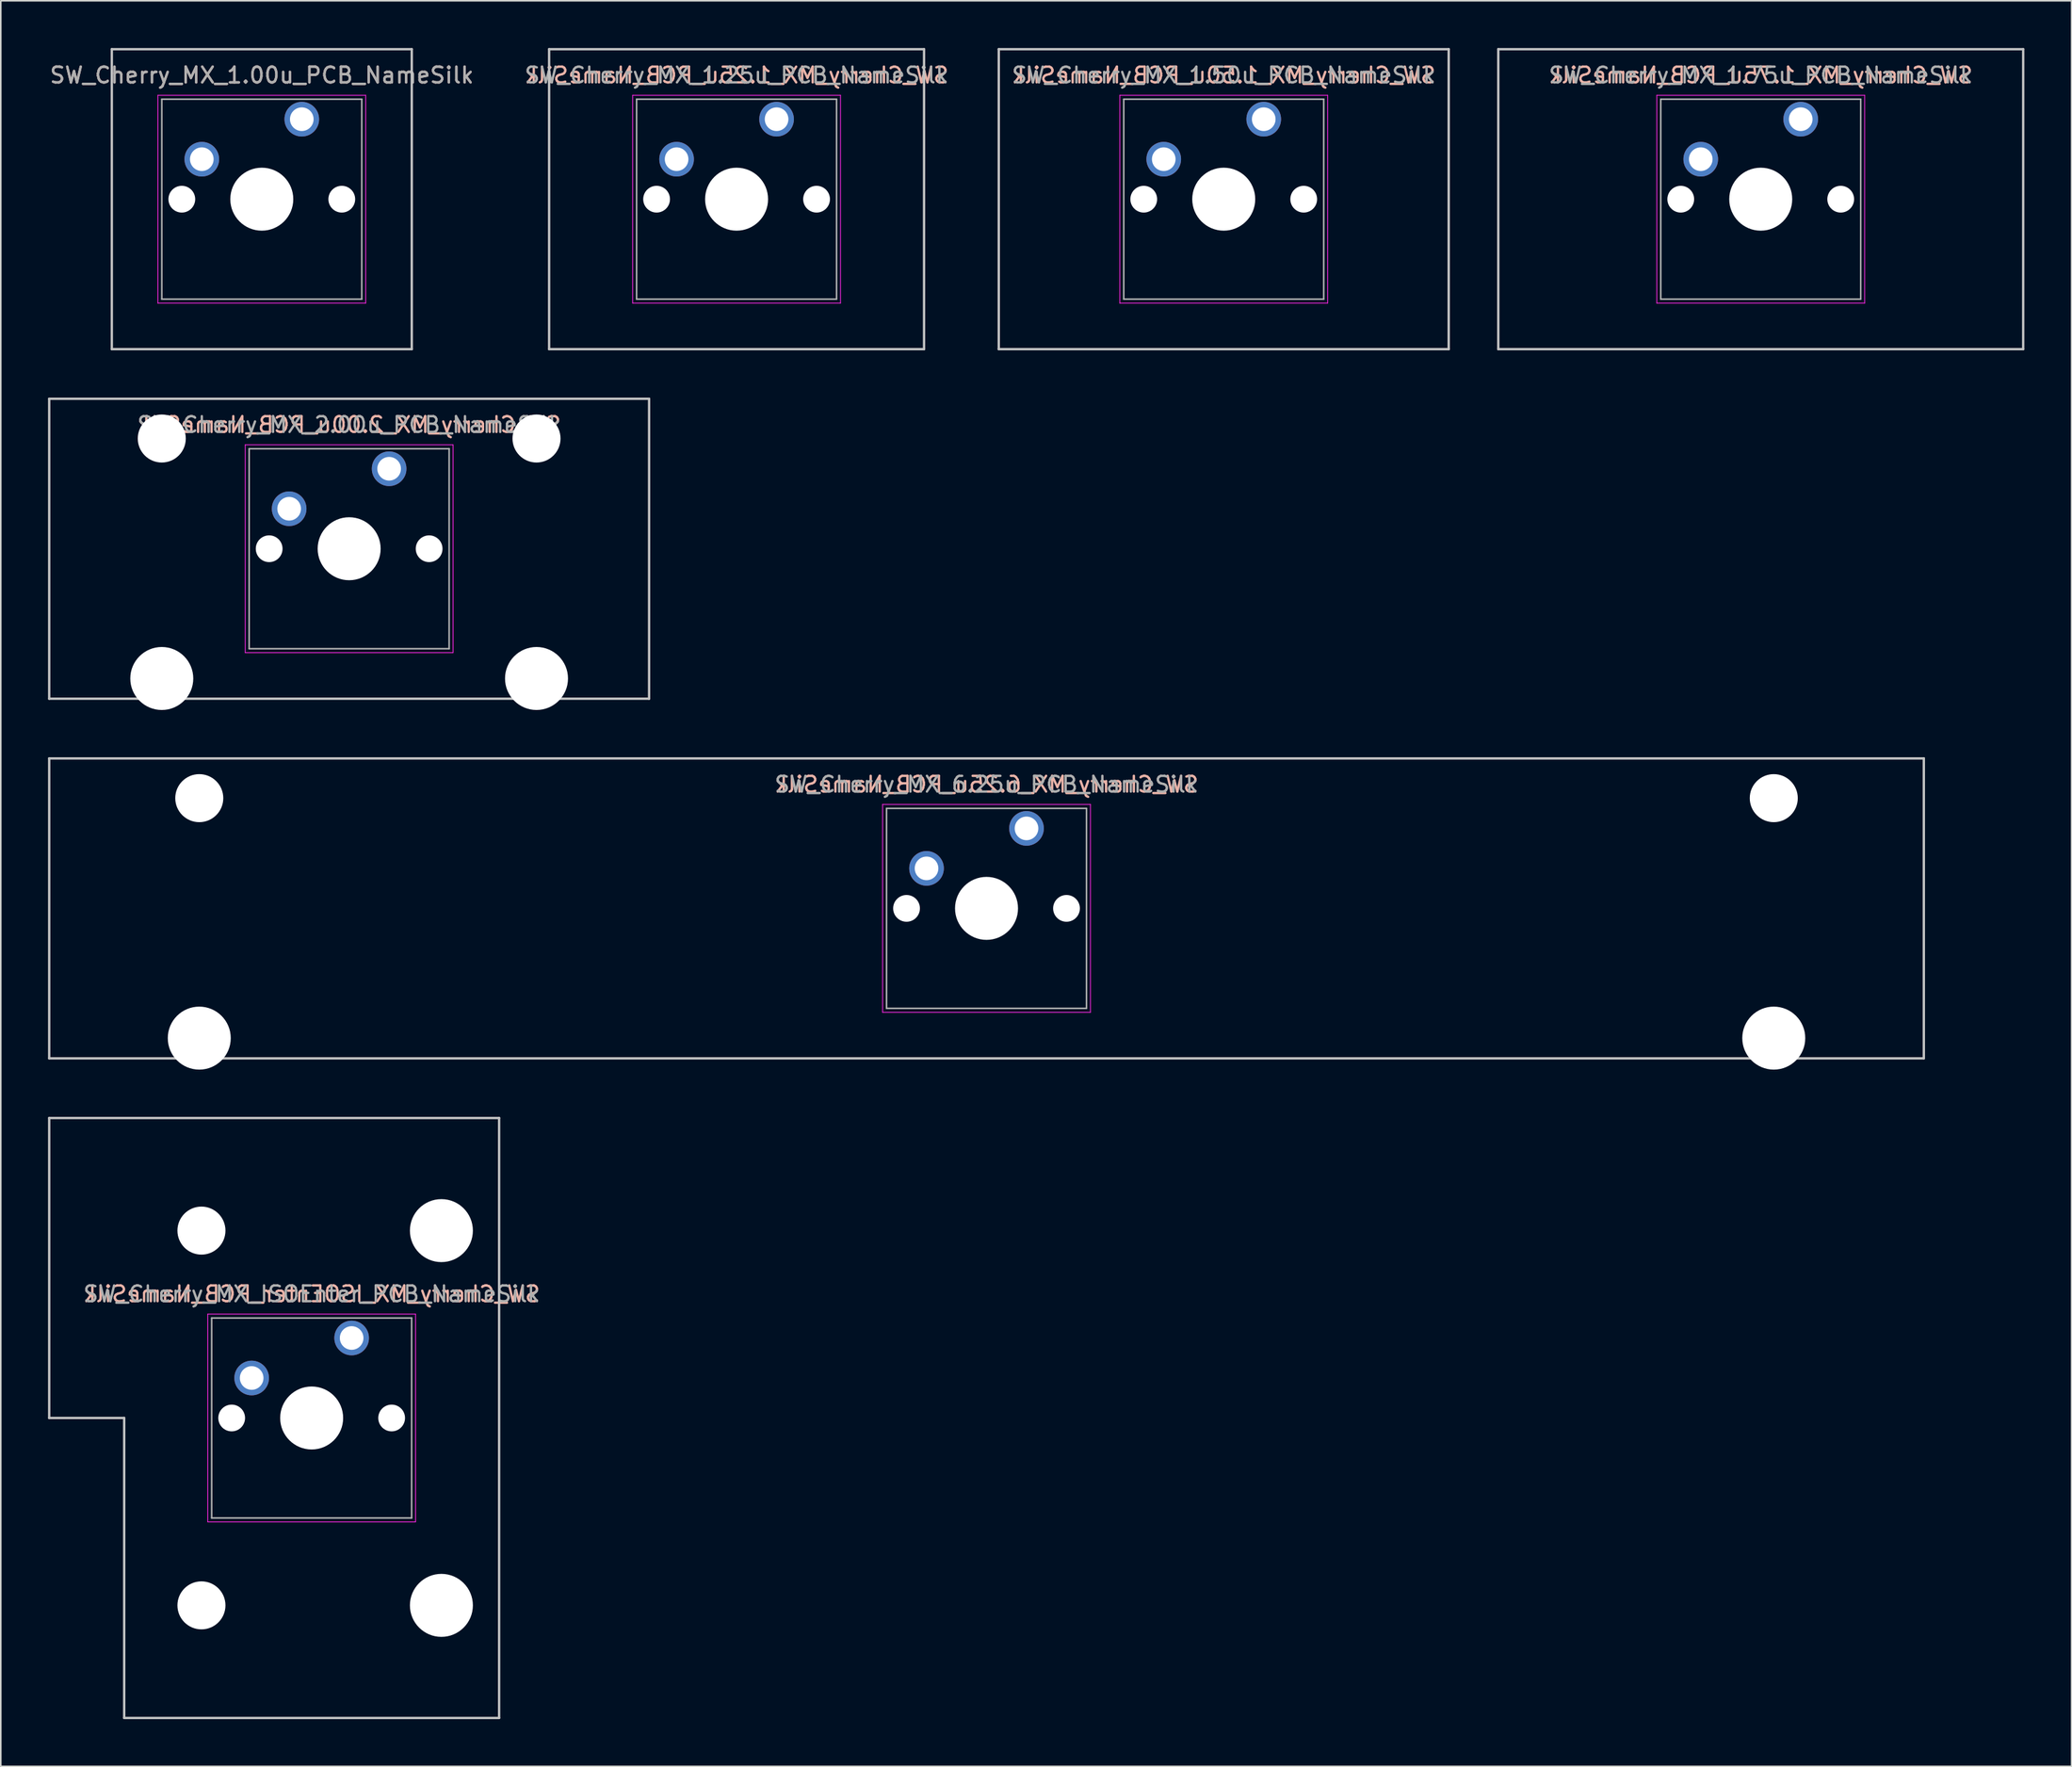
<source format=kicad_pcb>
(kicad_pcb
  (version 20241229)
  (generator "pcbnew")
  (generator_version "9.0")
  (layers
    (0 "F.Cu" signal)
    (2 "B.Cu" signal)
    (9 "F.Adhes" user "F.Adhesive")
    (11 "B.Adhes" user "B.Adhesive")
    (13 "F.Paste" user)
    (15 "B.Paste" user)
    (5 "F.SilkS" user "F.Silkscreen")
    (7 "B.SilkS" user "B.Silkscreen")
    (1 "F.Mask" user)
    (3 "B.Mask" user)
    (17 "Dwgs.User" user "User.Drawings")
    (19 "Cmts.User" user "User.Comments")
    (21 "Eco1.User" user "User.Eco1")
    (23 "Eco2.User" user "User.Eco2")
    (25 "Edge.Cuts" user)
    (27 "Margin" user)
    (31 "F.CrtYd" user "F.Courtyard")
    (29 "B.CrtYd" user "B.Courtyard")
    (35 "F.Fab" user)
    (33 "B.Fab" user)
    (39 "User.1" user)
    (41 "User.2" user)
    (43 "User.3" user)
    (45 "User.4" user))
  (footprint "SW_Cherry_MX_1.75u_PCB_NameSilk"
    (layer "F.Cu")
    (at 111.318 4.52)
    (property "Reference" "SW_Cherry_MX_1.75u_PCB_NameSilk" (at -2.54 -2.794 0) (layer "B.SilkS") (effects (font (size 1 1) (thickness 0.15)) (justify mirror)))
    (attr through_hole)
    (fp_line (start -19.209 -4.445) (end 14.129 -4.445) (stroke (width 0.15) (type solid)) (layer "Dwgs.User"))
    (fp_line (start -19.209 14.605) (end -19.209 -4.445) (stroke (width 0.15) (type solid)) (layer "Dwgs.User"))
    (fp_line (start 14.129 -4.445) (end 14.129 14.605) (stroke (width 0.15) (type solid)) (layer "Dwgs.User"))
    (fp_line (start 14.129 14.605) (end -19.209 14.605) (stroke (width 0.15) (type solid)) (layer "Dwgs.User"))
    (fp_line (start -9.14 -1.52) (end 4.06 -1.52) (stroke (width 0.05) (type solid)) (layer "F.CrtYd"))
    (fp_line (start -9.14 11.68) (end -9.14 -1.52) (stroke (width 0.05) (type solid)) (layer "F.CrtYd"))
    (fp_line (start 4.06 -1.52) (end 4.06 11.68) (stroke (width 0.05) (type solid)) (layer "F.CrtYd"))
    (fp_line (start 4.06 11.68) (end -9.14 11.68) (stroke (width 0.05) (type solid)) (layer "F.CrtYd"))
    (fp_line (start -8.89 -1.27) (end 3.81 -1.27) (stroke (width 0.1) (type solid)) (layer "F.Fab"))
    (fp_line (start -8.89 11.43) (end -8.89 -1.27) (stroke (width 0.1) (type solid)) (layer "F.Fab"))
    (fp_line (start 3.81 -1.27) (end 3.81 11.43) (stroke (width 0.1) (type solid)) (layer "F.Fab"))
    (fp_line (start 3.81 11.43) (end -8.89 11.43) (stroke (width 0.1) (type solid)) (layer "F.Fab"))
    (fp_text user "${REFERENCE}" (at -2.54 -2.794 0) (layer "F.Fab") (effects (font (size 1 1) (thickness 0.15))))
    (pad "" np_thru_hole circle (at -7.62 5.08) (size 1.7 1.7) (drill 1.7) (layers "*.Cu" "*.Mask"))
    (pad "" np_thru_hole circle (at -2.54 5.08) (size 4 4) (drill 4) (layers "*.Cu" "*.Mask"))
    (pad "" np_thru_hole circle (at 2.54 5.08) (size 1.7 1.7) (drill 1.7) (layers "*.Cu" "*.Mask"))
    (pad "1" thru_hole circle (at 0 0) (size 2.2 2.2) (drill 1.5) (layers "*.Cu" "*.Mask"))
    (pad "2" thru_hole circle (at -6.35 2.54) (size 2.2 2.2) (drill 1.5) (layers "*.Cu" "*.Mask")))
  (footprint "SW_Cherry_MX_1.25u_PCB_NameSilk"
    (layer "F.Cu")
    (at 46.272 4.52)
    (property "Reference" "SW_Cherry_MX_1.25u_PCB_NameSilk" (at -2.54 -2.794 0) (layer "B.SilkS") (effects (font (size 1 1) (thickness 0.15)) (justify mirror)))
    (attr through_hole)
    (fp_line (start -14.446 -4.445) (end 9.366 -4.445) (stroke (width 0.15) (type solid)) (layer "Dwgs.User"))
    (fp_line (start -14.446 14.605) (end -14.446 -4.445) (stroke (width 0.15) (type solid)) (layer "Dwgs.User"))
    (fp_line (start 9.366 -4.445) (end 9.366 14.605) (stroke (width 0.15) (type solid)) (layer "Dwgs.User"))
    (fp_line (start 9.366 14.605) (end -14.446 14.605) (stroke (width 0.15) (type solid)) (layer "Dwgs.User"))
    (fp_line (start -9.14 -1.52) (end 4.06 -1.52) (stroke (width 0.05) (type solid)) (layer "F.CrtYd"))
    (fp_line (start -9.14 11.68) (end -9.14 -1.52) (stroke (width 0.05) (type solid)) (layer "F.CrtYd"))
    (fp_line (start 4.06 -1.52) (end 4.06 11.68) (stroke (width 0.05) (type solid)) (layer "F.CrtYd"))
    (fp_line (start 4.06 11.68) (end -9.14 11.68) (stroke (width 0.05) (type solid)) (layer "F.CrtYd"))
    (fp_line (start -8.89 -1.27) (end 3.81 -1.27) (stroke (width 0.1) (type solid)) (layer "F.Fab"))
    (fp_line (start -8.89 11.43) (end -8.89 -1.27) (stroke (width 0.1) (type solid)) (layer "F.Fab"))
    (fp_line (start 3.81 -1.27) (end 3.81 11.43) (stroke (width 0.1) (type solid)) (layer "F.Fab"))
    (fp_line (start 3.81 11.43) (end -8.89 11.43) (stroke (width 0.1) (type solid)) (layer "F.Fab"))
    (fp_text user "${REFERENCE}" (at -2.54 -2.794 0) (layer "F.Fab") (effects (font (size 1 1) (thickness 0.15))))
    (pad "" np_thru_hole circle (at -7.62 5.08) (size 1.7 1.7) (drill 1.7) (layers "*.Cu" "*.Mask"))
    (pad "" np_thru_hole circle (at -2.54 5.08) (size 4 4) (drill 4) (layers "*.Cu" "*.Mask"))
    (pad "" np_thru_hole circle (at 2.54 5.08) (size 1.7 1.7) (drill 1.7) (layers "*.Cu" "*.Mask"))
    (pad "1" thru_hole circle (at 0 0) (size 2.2 2.2) (drill 1.5) (layers "*.Cu" "*.Mask"))
    (pad "2" thru_hole circle (at -6.35 2.54) (size 2.2 2.2) (drill 1.5) (layers "*.Cu" "*.Mask")))
  (footprint "SW_Cherry_MX_6.25u_PCB_NameSilk"
    (layer "F.Cu")
    (at 62.146 49.56)
    (property "Reference" "SW_Cherry_MX_6.25u_PCB_NameSilk" (at -2.54 -2.794 0) (layer "B.SilkS") (effects (font (size 1 1) (thickness 0.15)) (justify mirror)))
    (attr through_hole)
    (fp_line (start -62.071 -4.445) (end 56.991 -4.445) (stroke (width 0.15) (type solid)) (layer "Dwgs.User"))
    (fp_line (start -62.071 14.605) (end -62.071 -4.445) (stroke (width 0.15) (type solid)) (layer "Dwgs.User"))
    (fp_line (start 56.991 -4.445) (end 56.991 14.605) (stroke (width 0.15) (type solid)) (layer "Dwgs.User"))
    (fp_line (start 56.991 14.605) (end -62.071 14.605) (stroke (width 0.15) (type solid)) (layer "Dwgs.User"))
    (fp_line (start -9.14 -1.52) (end 4.06 -1.52) (stroke (width 0.05) (type solid)) (layer "F.CrtYd"))
    (fp_line (start -9.14 11.68) (end -9.14 -1.52) (stroke (width 0.05) (type solid)) (layer "F.CrtYd"))
    (fp_line (start 4.06 -1.52) (end 4.06 11.68) (stroke (width 0.05) (type solid)) (layer "F.CrtYd"))
    (fp_line (start 4.06 11.68) (end -9.14 11.68) (stroke (width 0.05) (type solid)) (layer "F.CrtYd"))
    (fp_line (start -8.89 -1.27) (end 3.81 -1.27) (stroke (width 0.1) (type solid)) (layer "F.Fab"))
    (fp_line (start -8.89 11.43) (end -8.89 -1.27) (stroke (width 0.1) (type solid)) (layer "F.Fab"))
    (fp_line (start 3.81 -1.27) (end 3.81 11.43) (stroke (width 0.1) (type solid)) (layer "F.Fab"))
    (fp_line (start 3.81 11.43) (end -8.89 11.43) (stroke (width 0.1) (type solid)) (layer "F.Fab"))
    (fp_text user "${REFERENCE}" (at -2.54 -2.794 0) (layer "F.Fab") (effects (font (size 1 1) (thickness 0.15))))
    (pad "" np_thru_hole circle (at -52.54 -1.92) (size 3.05 3.05) (drill 3.05) (layers "*.Cu" "*.Mask"))
    (pad "" np_thru_hole circle (at -52.54 13.32) (size 4 4) (drill 4) (layers "*.Cu" "*.Mask"))
    (pad "" np_thru_hole circle (at -7.62 5.08) (size 1.7 1.7) (drill 1.7) (layers "*.Cu" "*.Mask"))
    (pad "" np_thru_hole circle (at -2.54 5.08) (size 4 4) (drill 4) (layers "*.Cu" "*.Mask"))
    (pad "" np_thru_hole circle (at 2.54 5.08) (size 1.7 1.7) (drill 1.7) (layers "*.Cu" "*.Mask"))
    (pad "" np_thru_hole circle (at 47.46 -1.92) (size 3.05 3.05) (drill 3.05) (layers "*.Cu" "*.Mask"))
    (pad "" np_thru_hole circle (at 47.46 13.32) (size 4 4) (drill 4) (layers "*.Cu" "*.Mask"))
    (pad "1" thru_hole circle (at 0 0) (size 2.2 2.2) (drill 1.5) (layers "*.Cu" "*.Mask"))
    (pad "2" thru_hole circle (at -6.35 2.54) (size 2.2 2.2) (drill 1.5) (layers "*.Cu" "*.Mask")))
  (footprint "SW_Cherry_MX_1.00u_PCB_NameSilk"
    (layer "F.Cu")
    (at 16.117 4.52)
    (property "Reference" "SW_Cherry_MX_1.00u_PCB_NameSilk" (at -2.54 -2.794 0) (layer "B.SilkS") (effects (font (size 1 1) (thickness 0.15))))
    (attr through_hole)
    (fp_line (start -12.065 -4.445) (end 6.985 -4.445) (stroke (width 0.15) (type solid)) (layer "Dwgs.User"))
    (fp_line (start -12.065 14.605) (end -12.065 -4.445) (stroke (width 0.15) (type solid)) (layer "Dwgs.User"))
    (fp_line (start 6.985 -4.445) (end 6.985 14.605) (stroke (width 0.15) (type solid)) (layer "Dwgs.User"))
    (fp_line (start 6.985 14.605) (end -12.065 14.605) (stroke (width 0.15) (type solid)) (layer "Dwgs.User"))
    (fp_line (start -9.14 -1.52) (end 4.06 -1.52) (stroke (width 0.05) (type solid)) (layer "F.CrtYd"))
    (fp_line (start -9.14 11.68) (end -9.14 -1.52) (stroke (width 0.05) (type solid)) (layer "F.CrtYd"))
    (fp_line (start 4.06 -1.52) (end 4.06 11.68) (stroke (width 0.05) (type solid)) (layer "F.CrtYd"))
    (fp_line (start 4.06 11.68) (end -9.14 11.68) (stroke (width 0.05) (type solid)) (layer "F.CrtYd"))
    (fp_line (start -8.89 -1.27) (end 3.81 -1.27) (stroke (width 0.1) (type solid)) (layer "F.Fab"))
    (fp_line (start -8.89 11.43) (end -8.89 -1.27) (stroke (width 0.1) (type solid)) (layer "F.Fab"))
    (fp_line (start 3.81 -1.27) (end 3.81 11.43) (stroke (width 0.1) (type solid)) (layer "F.Fab"))
    (fp_line (start 3.81 11.43) (end -8.89 11.43) (stroke (width 0.1) (type solid)) (layer "F.Fab"))
    (fp_text user "${REFERENCE}" (at -2.54 -2.794 0) (layer "F.Fab") (effects (font (size 1 1) (thickness 0.15))))
    (pad "" np_thru_hole circle (at -7.62 5.08) (size 1.7 1.7) (drill 1.7) (layers "*.Cu" "*.Mask"))
    (pad "" np_thru_hole circle (at -2.54 5.08) (size 4 4) (drill 4) (layers "*.Cu" "*.Mask"))
    (pad "" np_thru_hole circle (at 2.54 5.08) (size 1.7 1.7) (drill 1.7) (layers "*.Cu" "*.Mask"))
    (pad "1" thru_hole circle (at 0 0) (size 2.2 2.2) (drill 1.5) (layers "*.Cu" "*.Mask"))
    (pad "2" thru_hole circle (at -6.35 2.54) (size 2.2 2.2) (drill 1.5) (layers "*.Cu" "*.Mask")))
  (footprint "SW_Cherry_MX_ISOEnter_PCB_NameSilk"
    (layer "F.Cu")
    (at 19.284 81.925)
    (property "Reference" "SW_Cherry_MX_ISOEnter_PCB_NameSilk" (at -2.54 -2.794 0) (layer "B.SilkS") (effects (font (size 1 1) (thickness 0.15)) (justify mirror)))
    (attr through_hole)
    (fp_line (start -19.209 -13.97) (end 9.366 -13.97) (stroke (width 0.15) (type solid)) (layer "Dwgs.User"))
    (fp_line (start -19.209 5.08) (end -19.209 -13.97) (stroke (width 0.15) (type solid)) (layer "Dwgs.User"))
    (fp_line (start -14.446 5.08) (end -19.209 5.08) (stroke (width 0.15) (type solid)) (layer "Dwgs.User"))
    (fp_line (start -14.446 24.13) (end -14.446 5.08) (stroke (width 0.15) (type solid)) (layer "Dwgs.User"))
    (fp_line (start 9.366 -13.97) (end 9.366 24.13) (stroke (width 0.15) (type solid)) (layer "Dwgs.User"))
    (fp_line (start 9.366 24.13) (end -14.446 24.13) (stroke (width 0.15) (type solid)) (layer "Dwgs.User"))
    (fp_line (start -9.14 -1.52) (end 4.06 -1.52) (stroke (width 0.05) (type solid)) (layer "F.CrtYd"))
    (fp_line (start -9.14 11.68) (end -9.14 -1.52) (stroke (width 0.05) (type solid)) (layer "F.CrtYd"))
    (fp_line (start 4.06 -1.52) (end 4.06 11.68) (stroke (width 0.05) (type solid)) (layer "F.CrtYd"))
    (fp_line (start 4.06 11.68) (end -9.14 11.68) (stroke (width 0.05) (type solid)) (layer "F.CrtYd"))
    (fp_line (start -8.89 -1.27) (end 3.81 -1.27) (stroke (width 0.1) (type solid)) (layer "F.Fab"))
    (fp_line (start -8.89 11.43) (end -8.89 -1.27) (stroke (width 0.1) (type solid)) (layer "F.Fab"))
    (fp_line (start 3.81 -1.27) (end 3.81 11.43) (stroke (width 0.1) (type solid)) (layer "F.Fab"))
    (fp_line (start 3.81 11.43) (end -8.89 11.43) (stroke (width 0.1) (type solid)) (layer "F.Fab"))
    (fp_text user "${REFERENCE}" (at -2.54 -2.794 0) (layer "F.Fab") (effects (font (size 1 1) (thickness 0.15))))
    (pad "" np_thru_hole circle (at -9.54 -6.82) (size 3.05 3.05) (drill 3.05) (layers "*.Cu" "*.Mask"))
    (pad "" np_thru_hole circle (at -9.54 16.98) (size 3.05 3.05) (drill 3.05) (layers "*.Cu" "*.Mask"))
    (pad "" np_thru_hole circle (at -7.62 5.08) (size 1.7 1.7) (drill 1.7) (layers "*.Cu" "*.Mask"))
    (pad "" np_thru_hole circle (at -2.54 5.08) (size 4 4) (drill 4) (layers "*.Cu" "*.Mask"))
    (pad "" np_thru_hole circle (at 2.54 5.08) (size 1.7 1.7) (drill 1.7) (layers "*.Cu" "*.Mask"))
    (pad "" np_thru_hole circle (at 5.7 -6.82) (size 4 4) (drill 4) (layers "*.Cu" "*.Mask"))
    (pad "" np_thru_hole circle (at 5.7 16.98) (size 4 4) (drill 4) (layers "*.Cu" "*.Mask"))
    (pad "1" thru_hole circle (at 0 0) (size 2.2 2.2) (drill 1.5) (layers "*.Cu" "*.Mask"))
    (pad "2" thru_hole circle (at -6.35 2.54) (size 2.2 2.2) (drill 1.5) (layers "*.Cu" "*.Mask")))
  (footprint "SW_Cherry_MX_1.50u_PCB_NameSilk"
    (layer "F.Cu")
    (at 77.212 4.52)
    (property "Reference" "SW_Cherry_MX_1.50u_PCB_NameSilk" (at -2.54 -2.794 0) (layer "B.SilkS") (effects (font (size 1 1) (thickness 0.15)) (justify mirror)))
    (attr through_hole)
    (fp_line (start -16.828 -4.445) (end 11.748 -4.445) (stroke (width 0.15) (type solid)) (layer "Dwgs.User"))
    (fp_line (start -16.828 14.605) (end -16.828 -4.445) (stroke (width 0.15) (type solid)) (layer "Dwgs.User"))
    (fp_line (start 11.748 -4.445) (end 11.748 14.605) (stroke (width 0.15) (type solid)) (layer "Dwgs.User"))
    (fp_line (start 11.748 14.605) (end -16.828 14.605) (stroke (width 0.15) (type solid)) (layer "Dwgs.User"))
    (fp_line (start -9.14 -1.52) (end 4.06 -1.52) (stroke (width 0.05) (type solid)) (layer "F.CrtYd"))
    (fp_line (start -9.14 11.68) (end -9.14 -1.52) (stroke (width 0.05) (type solid)) (layer "F.CrtYd"))
    (fp_line (start 4.06 -1.52) (end 4.06 11.68) (stroke (width 0.05) (type solid)) (layer "F.CrtYd"))
    (fp_line (start 4.06 11.68) (end -9.14 11.68) (stroke (width 0.05) (type solid)) (layer "F.CrtYd"))
    (fp_line (start -8.89 -1.27) (end 3.81 -1.27) (stroke (width 0.1) (type solid)) (layer "F.Fab"))
    (fp_line (start -8.89 11.43) (end -8.89 -1.27) (stroke (width 0.1) (type solid)) (layer "F.Fab"))
    (fp_line (start 3.81 -1.27) (end 3.81 11.43) (stroke (width 0.1) (type solid)) (layer "F.Fab"))
    (fp_line (start 3.81 11.43) (end -8.89 11.43) (stroke (width 0.1) (type solid)) (layer "F.Fab"))
    (fp_text user "${REFERENCE}" (at -2.54 -2.794 0) (layer "F.Fab") (effects (font (size 1 1) (thickness 0.15))))
    (pad "" np_thru_hole circle (at -7.62 5.08) (size 1.7 1.7) (drill 1.7) (layers "*.Cu" "*.Mask"))
    (pad "" np_thru_hole circle (at -2.54 5.08) (size 4 4) (drill 4) (layers "*.Cu" "*.Mask"))
    (pad "" np_thru_hole circle (at 2.54 5.08) (size 1.7 1.7) (drill 1.7) (layers "*.Cu" "*.Mask"))
    (pad "1" thru_hole circle (at 0 0) (size 2.2 2.2) (drill 1.5) (layers "*.Cu" "*.Mask"))
    (pad "2" thru_hole circle (at -6.35 2.54) (size 2.2 2.2) (drill 1.5) (layers "*.Cu" "*.Mask")))
  (footprint "SW_Cherry_MX_2.00u_PCB_NameSilk"
    (layer "F.Cu")
    (at 21.665 26.72)
    (property "Reference" "SW_Cherry_MX_2.00u_PCB_NameSilk" (at -2.54 -2.794 0) (layer "B.SilkS") (effects (font (size 1 1) (thickness 0.15)) (justify mirror)))
    (attr through_hole)
    (fp_line (start -21.59 -4.445) (end 16.51 -4.445) (stroke (width 0.15) (type solid)) (layer "Dwgs.User"))
    (fp_line (start -21.59 14.605) (end -21.59 -4.445) (stroke (width 0.15) (type solid)) (layer "Dwgs.User"))
    (fp_line (start 16.51 -4.445) (end 16.51 14.605) (stroke (width 0.15) (type solid)) (layer "Dwgs.User"))
    (fp_line (start 16.51 14.605) (end -21.59 14.605) (stroke (width 0.15) (type solid)) (layer "Dwgs.User"))
    (fp_line (start -9.14 -1.52) (end 4.06 -1.52) (stroke (width 0.05) (type solid)) (layer "F.CrtYd"))
    (fp_line (start -9.14 11.68) (end -9.14 -1.52) (stroke (width 0.05) (type solid)) (layer "F.CrtYd"))
    (fp_line (start 4.06 -1.52) (end 4.06 11.68) (stroke (width 0.05) (type solid)) (layer "F.CrtYd"))
    (fp_line (start 4.06 11.68) (end -9.14 11.68) (stroke (width 0.05) (type solid)) (layer "F.CrtYd"))
    (fp_line (start -8.89 -1.27) (end 3.81 -1.27) (stroke (width 0.1) (type solid)) (layer "F.Fab"))
    (fp_line (start -8.89 11.43) (end -8.89 -1.27) (stroke (width 0.1) (type solid)) (layer "F.Fab"))
    (fp_line (start 3.81 -1.27) (end 3.81 11.43) (stroke (width 0.1) (type solid)) (layer "F.Fab"))
    (fp_line (start 3.81 11.43) (end -8.89 11.43) (stroke (width 0.1) (type solid)) (layer "F.Fab"))
    (fp_text user "${REFERENCE}" (at -2.54 -2.794 0) (layer "F.Fab") (effects (font (size 1 1) (thickness 0.15))))
    (pad "" np_thru_hole circle (at -14.44 -1.92) (size 3.05 3.05) (drill 3.05) (layers "*.Cu" "*.Mask"))
    (pad "" np_thru_hole circle (at -14.44 13.32) (size 4 4) (drill 4) (layers "*.Cu" "*.Mask"))
    (pad "" np_thru_hole circle (at -7.62 5.08) (size 1.7 1.7) (drill 1.7) (layers "*.Cu" "*.Mask"))
    (pad "" np_thru_hole circle (at -2.54 5.08) (size 4 4) (drill 4) (layers "*.Cu" "*.Mask"))
    (pad "" np_thru_hole circle (at 2.54 5.08) (size 1.7 1.7) (drill 1.7) (layers "*.Cu" "*.Mask"))
    (pad "" np_thru_hole circle (at 9.36 -1.92) (size 3.05 3.05) (drill 3.05) (layers "*.Cu" "*.Mask"))
    (pad "" np_thru_hole circle (at 9.36 13.32) (size 4 4) (drill 4) (layers "*.Cu" "*.Mask"))
    (pad "1" thru_hole circle (at 0 0) (size 2.2 2.2) (drill 1.5) (layers "*.Cu" "*.Mask"))
    (pad "2" thru_hole circle (at -6.35 2.54) (size 2.2 2.2) (drill 1.5) (layers "*.Cu" "*.Mask")))
  (gr_rect
    (start -3 -3)
    (end 128.522 109.13)
    (stroke (width 0.1) (type default))
    (fill no)
    (layer "Edge.Cuts")))
</source>
